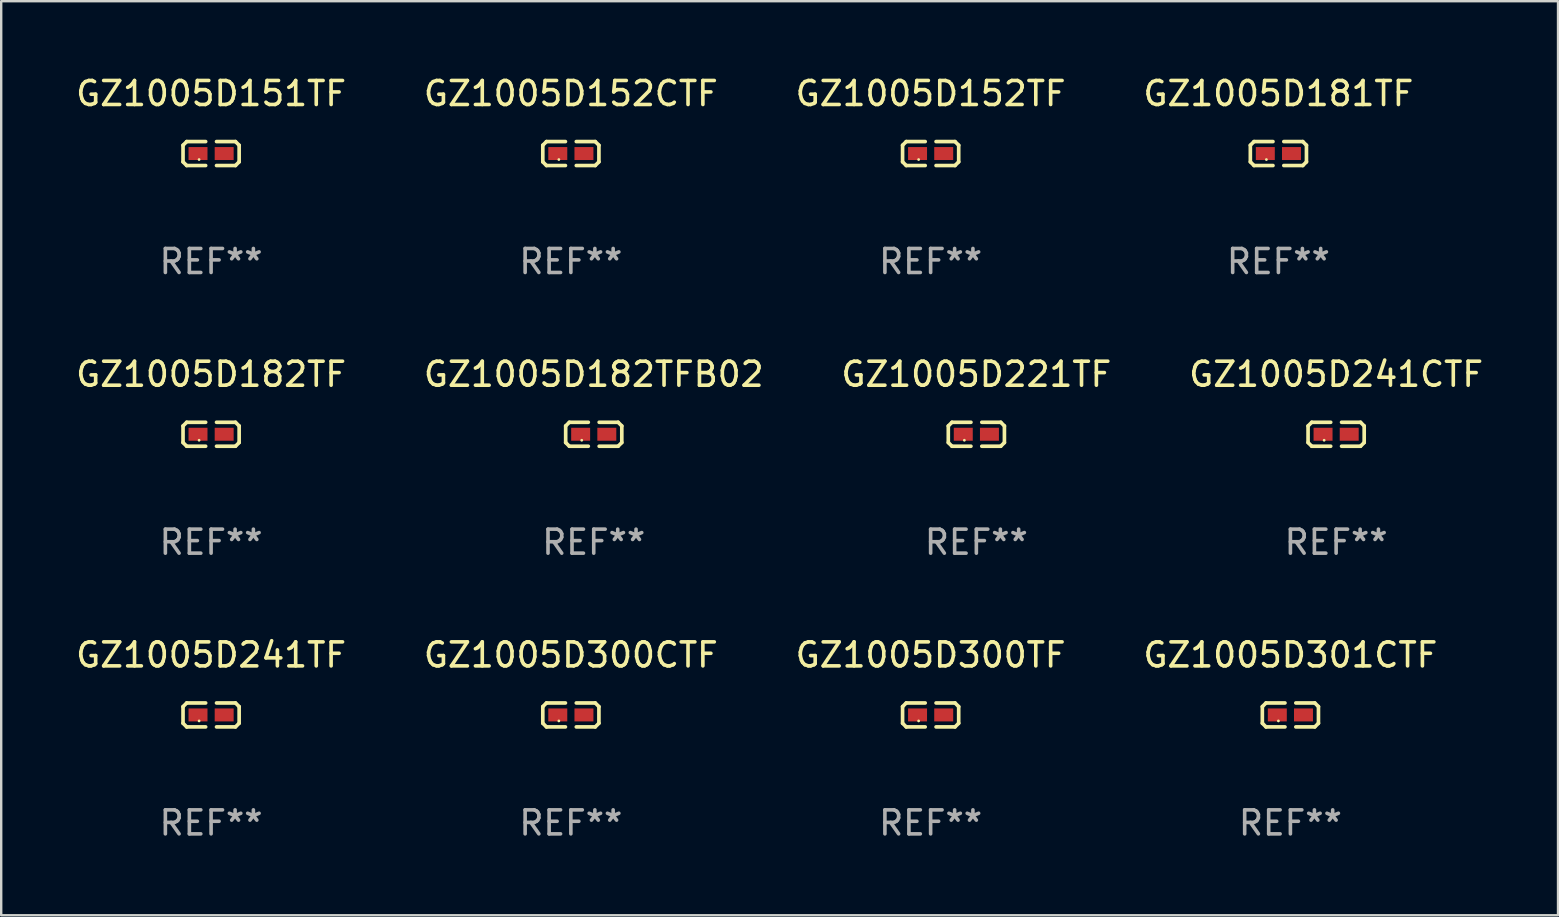
<source format=kicad_pcb>
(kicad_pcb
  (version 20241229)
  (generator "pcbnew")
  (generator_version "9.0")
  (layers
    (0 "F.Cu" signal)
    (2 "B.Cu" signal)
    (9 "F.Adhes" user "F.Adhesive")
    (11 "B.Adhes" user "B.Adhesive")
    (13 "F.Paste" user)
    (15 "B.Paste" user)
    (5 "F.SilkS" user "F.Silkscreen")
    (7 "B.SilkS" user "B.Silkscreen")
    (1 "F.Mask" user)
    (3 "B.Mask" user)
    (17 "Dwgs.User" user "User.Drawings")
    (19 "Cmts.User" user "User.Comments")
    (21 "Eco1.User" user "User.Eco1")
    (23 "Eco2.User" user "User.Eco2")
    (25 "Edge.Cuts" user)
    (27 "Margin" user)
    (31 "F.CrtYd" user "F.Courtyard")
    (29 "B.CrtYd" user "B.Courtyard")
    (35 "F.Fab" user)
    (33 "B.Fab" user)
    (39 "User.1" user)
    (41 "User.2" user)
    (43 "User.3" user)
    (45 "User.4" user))
  (footprint "GZ1005D182TF"
    (layer "F.Cu")
    (at 5.744 15.041)
    (property "Reference" "GZ1005D182TF" (at 0 -2.499 0) (layer "F.SilkS") (effects (font (size 1 1) (thickness 0.15))))
    (attr through_hole)
    (fp_line (start -1.169 -0.346) (end -1.016 -0.499) (stroke (width 0.152) (type solid)) (layer "F.SilkS"))
    (fp_line (start -1.169 0.346) (end -1.169 -0.346) (stroke (width 0.152) (type solid)) (layer "F.SilkS"))
    (fp_line (start -1.016 -0.499) (end -0.226 -0.499) (stroke (width 0.152) (type solid)) (layer "F.SilkS"))
    (fp_line (start -1.016 0.499) (end -1.169 0.346) (stroke (width 0.152) (type solid)) (layer "F.SilkS"))
    (fp_line (start -0.226 0.499) (end -1.016 0.499) (stroke (width 0.152) (type solid)) (layer "F.SilkS"))
    (fp_line (start 0.226 0.499) (end 1.016 0.499) (stroke (width 0.152) (type solid)) (layer "F.SilkS"))
    (fp_line (start 1.016 -0.499) (end 0.226 -0.499) (stroke (width 0.152) (type solid)) (layer "F.SilkS"))
    (fp_line (start 1.016 0.499) (end 1.169 0.346) (stroke (width 0.152) (type solid)) (layer "F.SilkS"))
    (fp_line (start 1.169 -0.346) (end 1.016 -0.499) (stroke (width 0.152) (type solid)) (layer "F.SilkS"))
    (fp_line (start 1.169 0.346) (end 1.169 -0.346) (stroke (width 0.152) (type solid)) (layer "F.SilkS"))
    (fp_circle (center -0.5 0.25) (end -0.47 0.25) (stroke (width 0.06) (type solid)) (fill no) (layer "F.SilkS"))
    (fp_text user "REF**" (at 0 4.499 0) (layer "F.Fab") (effects (font (size 1 1) (thickness 0.15))))
    (pad "1" smd rect (at -0.545 0) (size 0.79 0.54) (layers "F.Cu" "F.Mask" "F.Paste"))
    (pad "2" smd rect (at 0.545 0) (size 0.79 0.54) (layers "F.Cu" "F.Mask" "F.Paste")))
  (footprint "GZ1005D221TF"
    (layer "F.Cu")
    (at 37.625 15.041)
    (property "Reference" "GZ1005D221TF" (at 0 -2.499 0) (layer "F.SilkS") (effects (font (size 1 1) (thickness 0.15))))
    (attr through_hole)
    (fp_line (start -1.169 -0.346) (end -1.016 -0.499) (stroke (width 0.152) (type solid)) (layer "F.SilkS"))
    (fp_line (start -1.169 0.346) (end -1.169 -0.346) (stroke (width 0.152) (type solid)) (layer "F.SilkS"))
    (fp_line (start -1.016 -0.499) (end -0.226 -0.499) (stroke (width 0.152) (type solid)) (layer "F.SilkS"))
    (fp_line (start -1.016 0.499) (end -1.169 0.346) (stroke (width 0.152) (type solid)) (layer "F.SilkS"))
    (fp_line (start -0.226 0.499) (end -1.016 0.499) (stroke (width 0.152) (type solid)) (layer "F.SilkS"))
    (fp_line (start 0.226 0.499) (end 1.016 0.499) (stroke (width 0.152) (type solid)) (layer "F.SilkS"))
    (fp_line (start 1.016 -0.499) (end 0.226 -0.499) (stroke (width 0.152) (type solid)) (layer "F.SilkS"))
    (fp_line (start 1.016 0.499) (end 1.169 0.346) (stroke (width 0.152) (type solid)) (layer "F.SilkS"))
    (fp_line (start 1.169 -0.346) (end 1.016 -0.499) (stroke (width 0.152) (type solid)) (layer "F.SilkS"))
    (fp_line (start 1.169 0.346) (end 1.169 -0.346) (stroke (width 0.152) (type solid)) (layer "F.SilkS"))
    (fp_circle (center -0.5 0.25) (end -0.47 0.25) (stroke (width 0.06) (type solid)) (fill no) (layer "F.SilkS"))
    (fp_text user "REF**" (at 0 4.499 0) (layer "F.Fab") (effects (font (size 1 1) (thickness 0.15))))
    (pad "1" smd rect (at -0.545 0) (size 0.79 0.54) (layers "F.Cu" "F.Mask" "F.Paste"))
    (pad "2" smd rect (at 0.545 0) (size 0.79 0.54) (layers "F.Cu" "F.Mask" "F.Paste")))
  (footprint "GZ1005D300CTF"
    (layer "F.Cu")
    (at 20.732 26.734)
    (property "Reference" "GZ1005D300CTF" (at 0 -2.499 0) (layer "F.SilkS") (effects (font (size 1 1) (thickness 0.15))))
    (attr through_hole)
    (fp_line (start -1.169 -0.346) (end -1.016 -0.499) (stroke (width 0.152) (type solid)) (layer "F.SilkS"))
    (fp_line (start -1.169 0.346) (end -1.169 -0.346) (stroke (width 0.152) (type solid)) (layer "F.SilkS"))
    (fp_line (start -1.016 -0.499) (end -0.226 -0.499) (stroke (width 0.152) (type solid)) (layer "F.SilkS"))
    (fp_line (start -1.016 0.499) (end -1.169 0.346) (stroke (width 0.152) (type solid)) (layer "F.SilkS"))
    (fp_line (start -0.226 0.499) (end -1.016 0.499) (stroke (width 0.152) (type solid)) (layer "F.SilkS"))
    (fp_line (start 0.226 0.499) (end 1.016 0.499) (stroke (width 0.152) (type solid)) (layer "F.SilkS"))
    (fp_line (start 1.016 -0.499) (end 0.226 -0.499) (stroke (width 0.152) (type solid)) (layer "F.SilkS"))
    (fp_line (start 1.016 0.499) (end 1.169 0.346) (stroke (width 0.152) (type solid)) (layer "F.SilkS"))
    (fp_line (start 1.169 -0.346) (end 1.016 -0.499) (stroke (width 0.152) (type solid)) (layer "F.SilkS"))
    (fp_line (start 1.169 0.346) (end 1.169 -0.346) (stroke (width 0.152) (type solid)) (layer "F.SilkS"))
    (fp_circle (center -0.5 0.25) (end -0.47 0.25) (stroke (width 0.06) (type solid)) (fill no) (layer "F.SilkS"))
    (fp_text user "REF**" (at 0 4.499 0) (layer "F.Fab") (effects (font (size 1 1) (thickness 0.15))))
    (pad "1" smd rect (at -0.545 0) (size 0.79 0.54) (layers "F.Cu" "F.Mask" "F.Paste"))
    (pad "2" smd rect (at 0.545 0) (size 0.79 0.54) (layers "F.Cu" "F.Mask" "F.Paste")))
  (footprint "GZ1005D181TF"
    (layer "F.Cu")
    (at 50.208 3.347)
    (property "Reference" "GZ1005D181TF" (at 0 -2.499 0) (layer "F.SilkS") (effects (font (size 1 1) (thickness 0.15))))
    (attr through_hole)
    (fp_line (start -1.169 -0.346) (end -1.016 -0.499) (stroke (width 0.152) (type solid)) (layer "F.SilkS"))
    (fp_line (start -1.169 0.346) (end -1.169 -0.346) (stroke (width 0.152) (type solid)) (layer "F.SilkS"))
    (fp_line (start -1.016 -0.499) (end -0.226 -0.499) (stroke (width 0.152) (type solid)) (layer "F.SilkS"))
    (fp_line (start -1.016 0.499) (end -1.169 0.346) (stroke (width 0.152) (type solid)) (layer "F.SilkS"))
    (fp_line (start -0.226 0.499) (end -1.016 0.499) (stroke (width 0.152) (type solid)) (layer "F.SilkS"))
    (fp_line (start 0.226 0.499) (end 1.016 0.499) (stroke (width 0.152) (type solid)) (layer "F.SilkS"))
    (fp_line (start 1.016 -0.499) (end 0.226 -0.499) (stroke (width 0.152) (type solid)) (layer "F.SilkS"))
    (fp_line (start 1.016 0.499) (end 1.169 0.346) (stroke (width 0.152) (type solid)) (layer "F.SilkS"))
    (fp_line (start 1.169 -0.346) (end 1.016 -0.499) (stroke (width 0.152) (type solid)) (layer "F.SilkS"))
    (fp_line (start 1.169 0.346) (end 1.169 -0.346) (stroke (width 0.152) (type solid)) (layer "F.SilkS"))
    (fp_circle (center -0.5 0.25) (end -0.47 0.25) (stroke (width 0.06) (type solid)) (fill no) (layer "F.SilkS"))
    (fp_text user "REF**" (at 0 4.499 0) (layer "F.Fab") (effects (font (size 1 1) (thickness 0.15))))
    (pad "1" smd rect (at -0.545 0) (size 0.79 0.54) (layers "F.Cu" "F.Mask" "F.Paste"))
    (pad "2" smd rect (at 0.545 0) (size 0.79 0.54) (layers "F.Cu" "F.Mask" "F.Paste")))
  (footprint "GZ1005D301CTF"
    (layer "F.Cu")
    (at 50.708 26.734)
    (property "Reference" "GZ1005D301CTF" (at 0 -2.499 0) (layer "F.SilkS") (effects (font (size 1 1) (thickness 0.15))))
    (attr through_hole)
    (fp_line (start -1.169 -0.346) (end -1.016 -0.499) (stroke (width 0.152) (type solid)) (layer "F.SilkS"))
    (fp_line (start -1.169 0.346) (end -1.169 -0.346) (stroke (width 0.152) (type solid)) (layer "F.SilkS"))
    (fp_line (start -1.016 -0.499) (end -0.226 -0.499) (stroke (width 0.152) (type solid)) (layer "F.SilkS"))
    (fp_line (start -1.016 0.499) (end -1.169 0.346) (stroke (width 0.152) (type solid)) (layer "F.SilkS"))
    (fp_line (start -0.226 0.499) (end -1.016 0.499) (stroke (width 0.152) (type solid)) (layer "F.SilkS"))
    (fp_line (start 0.226 0.499) (end 1.016 0.499) (stroke (width 0.152) (type solid)) (layer "F.SilkS"))
    (fp_line (start 1.016 -0.499) (end 0.226 -0.499) (stroke (width 0.152) (type solid)) (layer "F.SilkS"))
    (fp_line (start 1.016 0.499) (end 1.169 0.346) (stroke (width 0.152) (type solid)) (layer "F.SilkS"))
    (fp_line (start 1.169 -0.346) (end 1.016 -0.499) (stroke (width 0.152) (type solid)) (layer "F.SilkS"))
    (fp_line (start 1.169 0.346) (end 1.169 -0.346) (stroke (width 0.152) (type solid)) (layer "F.SilkS"))
    (fp_circle (center -0.5 0.25) (end -0.47 0.25) (stroke (width 0.06) (type solid)) (fill no) (layer "F.SilkS"))
    (fp_text user "REF**" (at 0 4.499 0) (layer "F.Fab") (effects (font (size 1 1) (thickness 0.15))))
    (pad "1" smd rect (at -0.545 0) (size 0.79 0.54) (layers "F.Cu" "F.Mask" "F.Paste"))
    (pad "2" smd rect (at 0.545 0) (size 0.79 0.54) (layers "F.Cu" "F.Mask" "F.Paste")))
  (footprint "GZ1005D151TF"
    (layer "F.Cu")
    (at 5.744 3.347)
    (property "Reference" "GZ1005D151TF" (at 0 -2.499 0) (layer "F.SilkS") (effects (font (size 1 1) (thickness 0.15))))
    (attr through_hole)
    (fp_line (start -1.169 -0.346) (end -1.016 -0.499) (stroke (width 0.152) (type solid)) (layer "F.SilkS"))
    (fp_line (start -1.169 0.346) (end -1.169 -0.346) (stroke (width 0.152) (type solid)) (layer "F.SilkS"))
    (fp_line (start -1.016 -0.499) (end -0.226 -0.499) (stroke (width 0.152) (type solid)) (layer "F.SilkS"))
    (fp_line (start -1.016 0.499) (end -1.169 0.346) (stroke (width 0.152) (type solid)) (layer "F.SilkS"))
    (fp_line (start -0.226 0.499) (end -1.016 0.499) (stroke (width 0.152) (type solid)) (layer "F.SilkS"))
    (fp_line (start 0.226 0.499) (end 1.016 0.499) (stroke (width 0.152) (type solid)) (layer "F.SilkS"))
    (fp_line (start 1.016 -0.499) (end 0.226 -0.499) (stroke (width 0.152) (type solid)) (layer "F.SilkS"))
    (fp_line (start 1.016 0.499) (end 1.169 0.346) (stroke (width 0.152) (type solid)) (layer "F.SilkS"))
    (fp_line (start 1.169 -0.346) (end 1.016 -0.499) (stroke (width 0.152) (type solid)) (layer "F.SilkS"))
    (fp_line (start 1.169 0.346) (end 1.169 -0.346) (stroke (width 0.152) (type solid)) (layer "F.SilkS"))
    (fp_circle (center -0.5 0.25) (end -0.47 0.25) (stroke (width 0.06) (type solid)) (fill no) (layer "F.SilkS"))
    (fp_text user "REF**" (at 0 4.499 0) (layer "F.Fab") (effects (font (size 1 1) (thickness 0.15))))
    (pad "1" smd rect (at -0.545 0) (size 0.79 0.54) (layers "F.Cu" "F.Mask" "F.Paste"))
    (pad "2" smd rect (at 0.545 0) (size 0.79 0.54) (layers "F.Cu" "F.Mask" "F.Paste")))
  (footprint "GZ1005D182TFB02"
    (layer "F.Cu")
    (at 21.685 15.041)
    (property "Reference" "GZ1005D182TFB02" (at 0 -2.499 0) (layer "F.SilkS") (effects (font (size 1 1) (thickness 0.15))))
    (attr through_hole)
    (fp_line (start -1.169 -0.346) (end -1.016 -0.499) (stroke (width 0.152) (type solid)) (layer "F.SilkS"))
    (fp_line (start -1.169 0.346) (end -1.169 -0.346) (stroke (width 0.152) (type solid)) (layer "F.SilkS"))
    (fp_line (start -1.016 -0.499) (end -0.226 -0.499) (stroke (width 0.152) (type solid)) (layer "F.SilkS"))
    (fp_line (start -1.016 0.499) (end -1.169 0.346) (stroke (width 0.152) (type solid)) (layer "F.SilkS"))
    (fp_line (start -0.226 0.499) (end -1.016 0.499) (stroke (width 0.152) (type solid)) (layer "F.SilkS"))
    (fp_line (start 0.226 0.499) (end 1.016 0.499) (stroke (width 0.152) (type solid)) (layer "F.SilkS"))
    (fp_line (start 1.016 -0.499) (end 0.226 -0.499) (stroke (width 0.152) (type solid)) (layer "F.SilkS"))
    (fp_line (start 1.016 0.499) (end 1.169 0.346) (stroke (width 0.152) (type solid)) (layer "F.SilkS"))
    (fp_line (start 1.169 -0.346) (end 1.016 -0.499) (stroke (width 0.152) (type solid)) (layer "F.SilkS"))
    (fp_line (start 1.169 0.346) (end 1.169 -0.346) (stroke (width 0.152) (type solid)) (layer "F.SilkS"))
    (fp_circle (center -0.5 0.25) (end -0.47 0.25) (stroke (width 0.06) (type solid)) (fill no) (layer "F.SilkS"))
    (fp_text user "REF**" (at 0 4.499 0) (layer "F.Fab") (effects (font (size 1 1) (thickness 0.15))))
    (pad "1" smd rect (at -0.545 0) (size 0.79 0.54) (layers "F.Cu" "F.Mask" "F.Paste"))
    (pad "2" smd rect (at 0.545 0) (size 0.79 0.54) (layers "F.Cu" "F.Mask" "F.Paste")))
  (footprint "GZ1005D241CTF"
    (layer "F.Cu")
    (at 52.613 15.041)
    (property "Reference" "GZ1005D241CTF" (at 0 -2.499 0) (layer "F.SilkS") (effects (font (size 1 1) (thickness 0.15))))
    (attr through_hole)
    (fp_line (start -1.169 -0.346) (end -1.016 -0.499) (stroke (width 0.152) (type solid)) (layer "F.SilkS"))
    (fp_line (start -1.169 0.346) (end -1.169 -0.346) (stroke (width 0.152) (type solid)) (layer "F.SilkS"))
    (fp_line (start -1.016 -0.499) (end -0.226 -0.499) (stroke (width 0.152) (type solid)) (layer "F.SilkS"))
    (fp_line (start -1.016 0.499) (end -1.169 0.346) (stroke (width 0.152) (type solid)) (layer "F.SilkS"))
    (fp_line (start -0.226 0.499) (end -1.016 0.499) (stroke (width 0.152) (type solid)) (layer "F.SilkS"))
    (fp_line (start 0.226 0.499) (end 1.016 0.499) (stroke (width 0.152) (type solid)) (layer "F.SilkS"))
    (fp_line (start 1.016 -0.499) (end 0.226 -0.499) (stroke (width 0.152) (type solid)) (layer "F.SilkS"))
    (fp_line (start 1.016 0.499) (end 1.169 0.346) (stroke (width 0.152) (type solid)) (layer "F.SilkS"))
    (fp_line (start 1.169 -0.346) (end 1.016 -0.499) (stroke (width 0.152) (type solid)) (layer "F.SilkS"))
    (fp_line (start 1.169 0.346) (end 1.169 -0.346) (stroke (width 0.152) (type solid)) (layer "F.SilkS"))
    (fp_circle (center -0.5 0.25) (end -0.47 0.25) (stroke (width 0.06) (type solid)) (fill no) (layer "F.SilkS"))
    (fp_text user "REF**" (at 0 4.499 0) (layer "F.Fab") (effects (font (size 1 1) (thickness 0.15))))
    (pad "1" smd rect (at -0.545 0) (size 0.79 0.54) (layers "F.Cu" "F.Mask" "F.Paste"))
    (pad "2" smd rect (at 0.545 0) (size 0.79 0.54) (layers "F.Cu" "F.Mask" "F.Paste")))
  (footprint "GZ1005D241TF"
    (layer "F.Cu")
    (at 5.744 26.734)
    (property "Reference" "GZ1005D241TF" (at 0 -2.499 0) (layer "F.SilkS") (effects (font (size 1 1) (thickness 0.15))))
    (attr through_hole)
    (fp_line (start -1.169 -0.346) (end -1.016 -0.499) (stroke (width 0.152) (type solid)) (layer "F.SilkS"))
    (fp_line (start -1.169 0.346) (end -1.169 -0.346) (stroke (width 0.152) (type solid)) (layer "F.SilkS"))
    (fp_line (start -1.016 -0.499) (end -0.226 -0.499) (stroke (width 0.152) (type solid)) (layer "F.SilkS"))
    (fp_line (start -1.016 0.499) (end -1.169 0.346) (stroke (width 0.152) (type solid)) (layer "F.SilkS"))
    (fp_line (start -0.226 0.499) (end -1.016 0.499) (stroke (width 0.152) (type solid)) (layer "F.SilkS"))
    (fp_line (start 0.226 0.499) (end 1.016 0.499) (stroke (width 0.152) (type solid)) (layer "F.SilkS"))
    (fp_line (start 1.016 -0.499) (end 0.226 -0.499) (stroke (width 0.152) (type solid)) (layer "F.SilkS"))
    (fp_line (start 1.016 0.499) (end 1.169 0.346) (stroke (width 0.152) (type solid)) (layer "F.SilkS"))
    (fp_line (start 1.169 -0.346) (end 1.016 -0.499) (stroke (width 0.152) (type solid)) (layer "F.SilkS"))
    (fp_line (start 1.169 0.346) (end 1.169 -0.346) (stroke (width 0.152) (type solid)) (layer "F.SilkS"))
    (fp_circle (center -0.5 0.25) (end -0.47 0.25) (stroke (width 0.06) (type solid)) (fill no) (layer "F.SilkS"))
    (fp_text user "REF**" (at 0 4.499 0) (layer "F.Fab") (effects (font (size 1 1) (thickness 0.15))))
    (pad "1" smd rect (at -0.545 0) (size 0.79 0.54) (layers "F.Cu" "F.Mask" "F.Paste"))
    (pad "2" smd rect (at 0.545 0) (size 0.79 0.54) (layers "F.Cu" "F.Mask" "F.Paste")))
  (footprint "GZ1005D152CTF"
    (layer "F.Cu")
    (at 20.732 3.347)
    (property "Reference" "GZ1005D152CTF" (at 0 -2.499 0) (layer "F.SilkS") (effects (font (size 1 1) (thickness 0.15))))
    (attr through_hole)
    (fp_line (start -1.169 -0.346) (end -1.016 -0.499) (stroke (width 0.152) (type solid)) (layer "F.SilkS"))
    (fp_line (start -1.169 0.346) (end -1.169 -0.346) (stroke (width 0.152) (type solid)) (layer "F.SilkS"))
    (fp_line (start -1.016 -0.499) (end -0.226 -0.499) (stroke (width 0.152) (type solid)) (layer "F.SilkS"))
    (fp_line (start -1.016 0.499) (end -1.169 0.346) (stroke (width 0.152) (type solid)) (layer "F.SilkS"))
    (fp_line (start -0.226 0.499) (end -1.016 0.499) (stroke (width 0.152) (type solid)) (layer "F.SilkS"))
    (fp_line (start 0.226 0.499) (end 1.016 0.499) (stroke (width 0.152) (type solid)) (layer "F.SilkS"))
    (fp_line (start 1.016 -0.499) (end 0.226 -0.499) (stroke (width 0.152) (type solid)) (layer "F.SilkS"))
    (fp_line (start 1.016 0.499) (end 1.169 0.346) (stroke (width 0.152) (type solid)) (layer "F.SilkS"))
    (fp_line (start 1.169 -0.346) (end 1.016 -0.499) (stroke (width 0.152) (type solid)) (layer "F.SilkS"))
    (fp_line (start 1.169 0.346) (end 1.169 -0.346) (stroke (width 0.152) (type solid)) (layer "F.SilkS"))
    (fp_circle (center -0.5 0.25) (end -0.47 0.25) (stroke (width 0.06) (type solid)) (fill no) (layer "F.SilkS"))
    (fp_text user "REF**" (at 0 4.499 0) (layer "F.Fab") (effects (font (size 1 1) (thickness 0.15))))
    (pad "1" smd rect (at -0.545 0) (size 0.79 0.54) (layers "F.Cu" "F.Mask" "F.Paste"))
    (pad "2" smd rect (at 0.545 0) (size 0.79 0.54) (layers "F.Cu" "F.Mask" "F.Paste")))
  (footprint "GZ1005D152TF"
    (layer "F.Cu")
    (at 35.72 3.347)
    (property "Reference" "GZ1005D152TF" (at 0 -2.499 0) (layer "F.SilkS") (effects (font (size 1 1) (thickness 0.15))))
    (attr through_hole)
    (fp_line (start -1.169 -0.346) (end -1.016 -0.499) (stroke (width 0.152) (type solid)) (layer "F.SilkS"))
    (fp_line (start -1.169 0.346) (end -1.169 -0.346) (stroke (width 0.152) (type solid)) (layer "F.SilkS"))
    (fp_line (start -1.016 -0.499) (end -0.226 -0.499) (stroke (width 0.152) (type solid)) (layer "F.SilkS"))
    (fp_line (start -1.016 0.499) (end -1.169 0.346) (stroke (width 0.152) (type solid)) (layer "F.SilkS"))
    (fp_line (start -0.226 0.499) (end -1.016 0.499) (stroke (width 0.152) (type solid)) (layer "F.SilkS"))
    (fp_line (start 0.226 0.499) (end 1.016 0.499) (stroke (width 0.152) (type solid)) (layer "F.SilkS"))
    (fp_line (start 1.016 -0.499) (end 0.226 -0.499) (stroke (width 0.152) (type solid)) (layer "F.SilkS"))
    (fp_line (start 1.016 0.499) (end 1.169 0.346) (stroke (width 0.152) (type solid)) (layer "F.SilkS"))
    (fp_line (start 1.169 -0.346) (end 1.016 -0.499) (stroke (width 0.152) (type solid)) (layer "F.SilkS"))
    (fp_line (start 1.169 0.346) (end 1.169 -0.346) (stroke (width 0.152) (type solid)) (layer "F.SilkS"))
    (fp_circle (center -0.5 0.25) (end -0.47 0.25) (stroke (width 0.06) (type solid)) (fill no) (layer "F.SilkS"))
    (fp_text user "REF**" (at 0 4.499 0) (layer "F.Fab") (effects (font (size 1 1) (thickness 0.15))))
    (pad "1" smd rect (at -0.545 0) (size 0.79 0.54) (layers "F.Cu" "F.Mask" "F.Paste"))
    (pad "2" smd rect (at 0.545 0) (size 0.79 0.54) (layers "F.Cu" "F.Mask" "F.Paste")))
  (footprint "GZ1005D300TF"
    (layer "F.Cu")
    (at 35.72 26.734)
    (property "Reference" "GZ1005D300TF" (at 0 -2.499 0) (layer "F.SilkS") (effects (font (size 1 1) (thickness 0.15))))
    (attr through_hole)
    (fp_line (start -1.169 -0.346) (end -1.016 -0.499) (stroke (width 0.152) (type solid)) (layer "F.SilkS"))
    (fp_line (start -1.169 0.346) (end -1.169 -0.346) (stroke (width 0.152) (type solid)) (layer "F.SilkS"))
    (fp_line (start -1.016 -0.499) (end -0.226 -0.499) (stroke (width 0.152) (type solid)) (layer "F.SilkS"))
    (fp_line (start -1.016 0.499) (end -1.169 0.346) (stroke (width 0.152) (type solid)) (layer "F.SilkS"))
    (fp_line (start -0.226 0.499) (end -1.016 0.499) (stroke (width 0.152) (type solid)) (layer "F.SilkS"))
    (fp_line (start 0.226 0.499) (end 1.016 0.499) (stroke (width 0.152) (type solid)) (layer "F.SilkS"))
    (fp_line (start 1.016 -0.499) (end 0.226 -0.499) (stroke (width 0.152) (type solid)) (layer "F.SilkS"))
    (fp_line (start 1.016 0.499) (end 1.169 0.346) (stroke (width 0.152) (type solid)) (layer "F.SilkS"))
    (fp_line (start 1.169 -0.346) (end 1.016 -0.499) (stroke (width 0.152) (type solid)) (layer "F.SilkS"))
    (fp_line (start 1.169 0.346) (end 1.169 -0.346) (stroke (width 0.152) (type solid)) (layer "F.SilkS"))
    (fp_circle (center -0.5 0.25) (end -0.47 0.25) (stroke (width 0.06) (type solid)) (fill no) (layer "F.SilkS"))
    (fp_text user "REF**" (at 0 4.499 0) (layer "F.Fab") (effects (font (size 1 1) (thickness 0.15))))
    (pad "1" smd rect (at -0.545 0) (size 0.79 0.54) (layers "F.Cu" "F.Mask" "F.Paste"))
    (pad "2" smd rect (at 0.545 0) (size 0.79 0.54) (layers "F.Cu" "F.Mask" "F.Paste")))
  (gr_rect
    (start -3 -3)
    (end 61.857 35.081)
    (stroke (width 0.1) (type default))
    (fill no)
    (layer "Edge.Cuts")))
</source>
